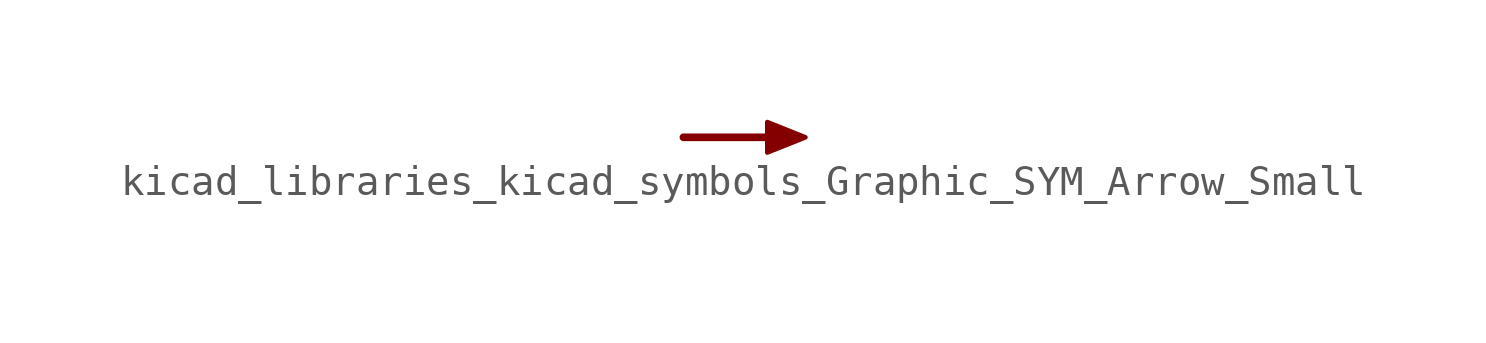
<source format=kicad_sym>
(kicad_symbol_lib
  (version 20220914)
  (generator kicad_symbol_editor)
  (symbol "kicad_libraries_kicad_symbols_Graphic_SYM_Arrow_Small"
    (property "Reference" "#SYM"
      (at 0 1.524 0)
      (effects (font (size 1.27 1.27)) hide))
    (symbol "kicad_libraries_kicad_symbols_Graphic_SYM_Arrow_Small_0_1"
      (polyline (pts (xy 1.524 0) (xy -2.032 0)) (stroke (width 0.254) (type default)) (fill (type none)))
      (polyline (pts (xy 2.032 0) (xy 0.762 -0.508) (xy 0.762 0.508) (xy 2.032 0)) (stroke (width 0) (type default)) (fill (type outline))))))
</source>
